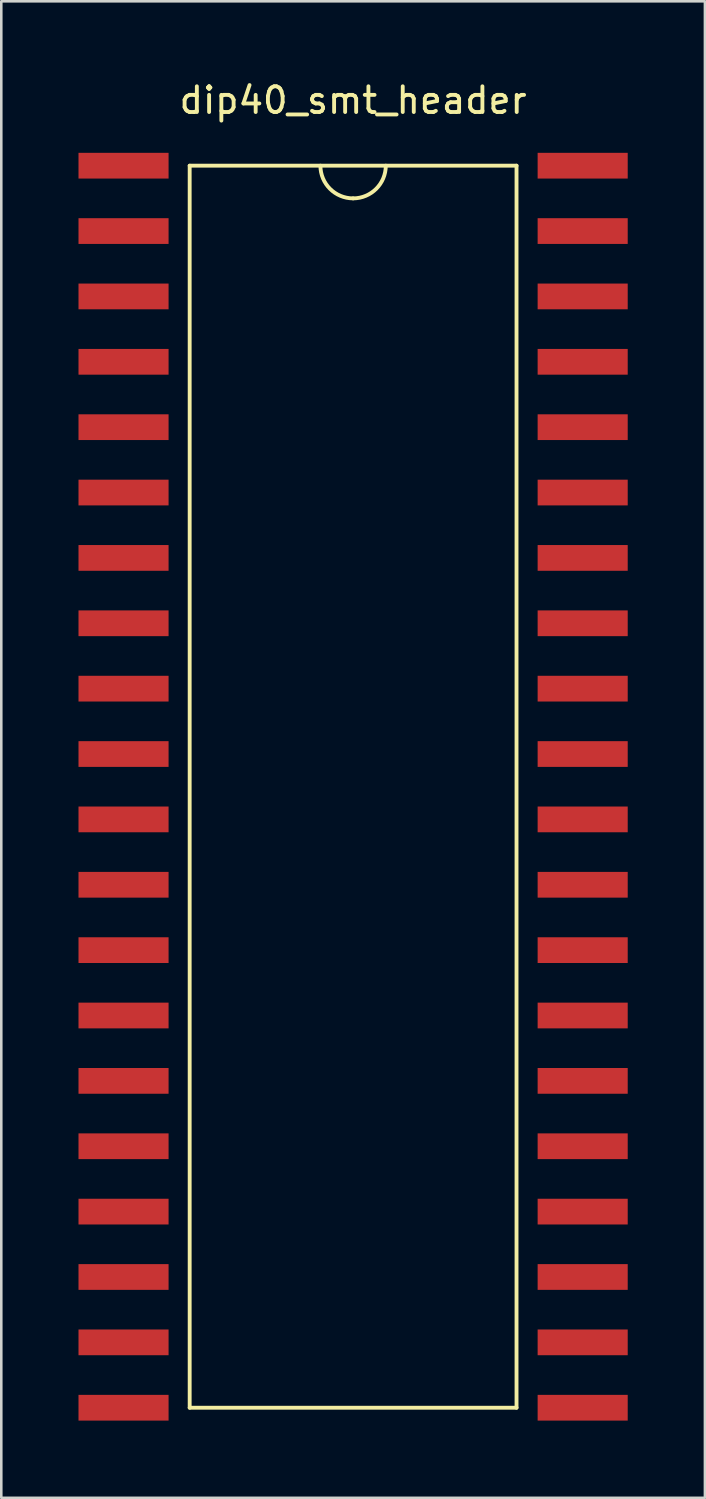
<source format=kicad_pcb>
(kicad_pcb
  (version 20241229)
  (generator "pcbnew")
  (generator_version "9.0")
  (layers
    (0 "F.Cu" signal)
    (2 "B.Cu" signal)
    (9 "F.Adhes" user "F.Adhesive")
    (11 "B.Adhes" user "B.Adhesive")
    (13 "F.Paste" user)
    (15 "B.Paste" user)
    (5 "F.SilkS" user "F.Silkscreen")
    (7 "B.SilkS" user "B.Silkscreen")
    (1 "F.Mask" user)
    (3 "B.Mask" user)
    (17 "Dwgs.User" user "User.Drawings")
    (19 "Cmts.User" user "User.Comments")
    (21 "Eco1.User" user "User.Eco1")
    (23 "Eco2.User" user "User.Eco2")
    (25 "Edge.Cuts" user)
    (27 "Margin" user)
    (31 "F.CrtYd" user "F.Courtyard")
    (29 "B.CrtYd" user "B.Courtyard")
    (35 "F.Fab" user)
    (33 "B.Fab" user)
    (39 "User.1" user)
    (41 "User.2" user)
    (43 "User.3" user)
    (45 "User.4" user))
  (footprint "dip40_smt_header"
    (layer "F.Cu")
    (at 18.29 3.388)
    (property "Reference" "dip40_smt_header" (at -7.62 -2.54 0) (layer "F.SilkS") (effects (font (size 1 1) (thickness 0.15))))
    (attr through_hole)
    (fp_line (start -13.97 0) (end -13.97 48.26) (stroke (width 0.15) (type solid)) (layer "F.SilkS"))
    (fp_line (start -13.97 48.26) (end -1.27 48.26) (stroke (width 0.15) (type solid)) (layer "F.SilkS"))
    (fp_line (start -1.27 0) (end -13.97 0) (stroke (width 0.15) (type solid)) (layer "F.SilkS"))
    (fp_line (start -1.27 48.26) (end -1.27 0) (stroke (width 0.15) (type solid)) (layer "F.SilkS"))
    (fp_arc (start -7.62 1.27) (mid -8.518026 0.898026) (end -8.89 0) (stroke (width 0.15) (type solid)) (layer "F.SilkS"))
    (fp_arc (start -6.35 0) (mid -6.721974 0.898026) (end -7.62 1.27) (stroke (width 0.15) (type solid)) (layer "F.SilkS"))
    (pad "1" smd rect (at 0 0) (size 3.5 1) (drill (offset 1.3 0)) (layers "F.Cu" "F.Mask" "F.Paste"))
    (pad "2" smd rect (at 0 2.54) (size 3.5 1) (drill (offset 1.3 0)) (layers "F.Cu" "F.Mask" "F.Paste"))
    (pad "3" smd rect (at 0 5.08) (size 3.5 1) (drill (offset 1.3 0)) (layers "F.Cu" "F.Mask" "F.Paste"))
    (pad "4" smd rect (at 0 7.62) (size 3.5 1) (drill (offset 1.3 0)) (layers "F.Cu" "F.Mask" "F.Paste"))
    (pad "5" smd rect (at 0 10.16) (size 3.5 1) (drill (offset 1.3 0)) (layers "F.Cu" "F.Mask" "F.Paste"))
    (pad "6" smd rect (at 0 12.7) (size 3.5 1) (drill (offset 1.3 0)) (layers "F.Cu" "F.Mask" "F.Paste"))
    (pad "7" smd rect (at 0 15.24) (size 3.5 1) (drill (offset 1.3 0)) (layers "F.Cu" "F.Mask" "F.Paste"))
    (pad "8" smd rect (at 0 17.78) (size 3.5 1) (drill (offset 1.3 0)) (layers "F.Cu" "F.Mask" "F.Paste"))
    (pad "9" smd rect (at 0 20.32) (size 3.5 1) (drill (offset 1.3 0)) (layers "F.Cu" "F.Mask" "F.Paste"))
    (pad "10" smd rect (at 0 22.86) (size 3.5 1) (drill (offset 1.3 0)) (layers "F.Cu" "F.Mask" "F.Paste"))
    (pad "11" smd rect (at 0 25.4) (size 3.5 1) (drill (offset 1.3 0)) (layers "F.Cu" "F.Mask" "F.Paste"))
    (pad "12" smd rect (at 0 27.94) (size 3.5 1) (drill (offset 1.3 0)) (layers "F.Cu" "F.Mask" "F.Paste"))
    (pad "13" smd rect (at 0 30.48) (size 3.5 1) (drill (offset 1.3 0)) (layers "F.Cu" "F.Mask" "F.Paste"))
    (pad "14" smd rect (at 0 33.02) (size 3.5 1) (drill (offset 1.3 0)) (layers "F.Cu" "F.Mask" "F.Paste"))
    (pad "15" smd rect (at 0 35.56) (size 3.5 1) (drill (offset 1.3 0)) (layers "F.Cu" "F.Mask" "F.Paste"))
    (pad "16" smd rect (at 0 38.1) (size 3.5 1) (drill (offset 1.3 0)) (layers "F.Cu" "F.Mask" "F.Paste"))
    (pad "17" smd rect (at 0 40.64) (size 3.5 1) (drill (offset 1.3 0)) (layers "F.Cu" "F.Mask" "F.Paste"))
    (pad "18" smd rect (at 0 43.18) (size 3.5 1) (drill (offset 1.3 0)) (layers "F.Cu" "F.Mask" "F.Paste"))
    (pad "19" smd rect (at 0 45.72) (size 3.5 1) (drill (offset 1.3 0)) (layers "F.Cu" "F.Mask" "F.Paste"))
    (pad "20" smd rect (at 0 48.26) (size 3.5 1) (drill (offset 1.3 0)) (layers "F.Cu" "F.Mask" "F.Paste"))
    (pad "21" smd rect (at -15.24 48.26) (size 3.5 1) (drill (offset -1.3 0)) (layers "F.Cu" "F.Mask" "F.Paste"))
    (pad "22" smd rect (at -15.24 45.72) (size 3.5 1) (drill (offset -1.3 0)) (layers "F.Cu" "F.Mask" "F.Paste"))
    (pad "23" smd rect (at -15.24 43.18) (size 3.5 1) (drill (offset -1.3 0)) (layers "F.Cu" "F.Mask" "F.Paste"))
    (pad "24" smd rect (at -15.24 40.64) (size 3.5 1) (drill (offset -1.3 0)) (layers "F.Cu" "F.Mask" "F.Paste"))
    (pad "25" smd rect (at -15.24 38.1) (size 3.5 1) (drill (offset -1.3 0)) (layers "F.Cu" "F.Mask" "F.Paste"))
    (pad "26" smd rect (at -15.24 35.56) (size 3.5 1) (drill (offset -1.3 0)) (layers "F.Cu" "F.Mask" "F.Paste"))
    (pad "27" smd rect (at -15.24 33.02) (size 3.5 1) (drill (offset -1.3 0)) (layers "F.Cu" "F.Mask" "F.Paste"))
    (pad "28" smd rect (at -15.24 30.48) (size 3.5 1) (drill (offset -1.3 0)) (layers "F.Cu" "F.Mask" "F.Paste"))
    (pad "29" smd rect (at -15.24 27.94) (size 3.5 1) (drill (offset -1.3 0)) (layers "F.Cu" "F.Mask" "F.Paste"))
    (pad "30" smd rect (at -15.24 25.4) (size 3.5 1) (drill (offset -1.3 0)) (layers "F.Cu" "F.Mask" "F.Paste"))
    (pad "31" smd rect (at -15.24 22.86) (size 3.5 1) (drill (offset -1.3 0)) (layers "F.Cu" "F.Mask" "F.Paste"))
    (pad "32" smd rect (at -15.24 20.32) (size 3.5 1) (drill (offset -1.3 0)) (layers "F.Cu" "F.Mask" "F.Paste"))
    (pad "33" smd rect (at -15.24 17.78) (size 3.5 1) (drill (offset -1.3 0)) (layers "F.Cu" "F.Mask" "F.Paste"))
    (pad "34" smd rect (at -15.24 15.24) (size 3.5 1) (drill (offset -1.3 0)) (layers "F.Cu" "F.Mask" "F.Paste"))
    (pad "35" smd rect (at -15.24 12.7) (size 3.5 1) (drill (offset -1.3 0)) (layers "F.Cu" "F.Mask" "F.Paste"))
    (pad "36" smd rect (at -15.24 10.16) (size 3.5 1) (drill (offset -1.3 0)) (layers "F.Cu" "F.Mask" "F.Paste"))
    (pad "37" smd rect (at -15.24 7.62) (size 3.5 1) (drill (offset -1.3 0)) (layers "F.Cu" "F.Mask" "F.Paste"))
    (pad "38" smd rect (at -15.24 5.08) (size 3.5 1) (drill (offset -1.3 0)) (layers "F.Cu" "F.Mask" "F.Paste"))
    (pad "39" smd rect (at -15.24 2.54) (size 3.5 1) (drill (offset -1.3 0)) (layers "F.Cu" "F.Mask" "F.Paste"))
    (pad "40" smd rect (at -15.24 0) (size 3.5 1) (drill (offset -1.3 0)) (layers "F.Cu" "F.Mask" "F.Paste")))
  (gr_rect
    (start -3 -3)
    (end 24.34 55.148)
    (stroke (width 0.1) (type default))
    (fill no)
    (layer "Edge.Cuts")))
</source>
